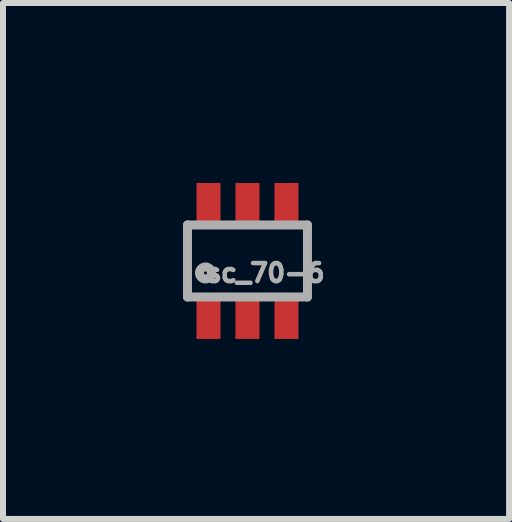
<source format=kicad_pcb>
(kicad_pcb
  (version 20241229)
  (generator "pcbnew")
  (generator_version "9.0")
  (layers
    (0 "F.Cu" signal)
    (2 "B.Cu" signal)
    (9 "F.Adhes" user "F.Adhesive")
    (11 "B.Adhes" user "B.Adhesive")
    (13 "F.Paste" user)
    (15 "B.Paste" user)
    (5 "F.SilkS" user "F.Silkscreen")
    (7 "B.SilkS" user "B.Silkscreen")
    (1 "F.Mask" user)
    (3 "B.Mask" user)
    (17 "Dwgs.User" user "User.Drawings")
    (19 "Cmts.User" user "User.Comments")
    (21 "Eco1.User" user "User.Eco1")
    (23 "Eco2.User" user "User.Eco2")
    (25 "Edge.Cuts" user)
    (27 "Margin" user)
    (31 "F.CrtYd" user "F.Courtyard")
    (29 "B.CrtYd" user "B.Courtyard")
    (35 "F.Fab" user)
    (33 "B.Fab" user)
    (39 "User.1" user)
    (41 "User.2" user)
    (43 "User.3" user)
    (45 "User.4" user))
  (footprint "sc_70-6"
    (layer "F.Cu")
    (at 1.075 1.3)
    (property "Reference" "sc_70-6" (at 0.3 0.2 0) (layer "F.Fab") (effects (font (size 0.3 0.3) (thickness 0.075))))
    (attr through_hole)
    (fp_line (start -1 -0.6) (end 1 -0.6) (stroke (width 0.15) (type solid)) (layer "F.Fab"))
    (fp_line (start -1 0.6) (end -1 -0.6) (stroke (width 0.15) (type solid)) (layer "F.Fab"))
    (fp_line (start 1 -0.6) (end 1 0.6) (stroke (width 0.15) (type solid)) (layer "F.Fab"))
    (fp_line (start 1 0.6) (end -1 0.6) (stroke (width 0.15) (type solid)) (layer "F.Fab"))
    (fp_circle (center -0.7 0.2) (end -0.7 0.3) (stroke (width 0.15) (type solid)) (fill no) (layer "F.Fab"))
    (pad "1" smd rect (at -0.65 0.95) (size 0.4 0.7) (layers "F.Cu" "F.Mask" "F.Paste"))
    (pad "2" smd rect (at 0 0.95) (size 0.4 0.7) (layers "F.Cu" "F.Mask" "F.Paste"))
    (pad "3" smd rect (at 0.65 0.95) (size 0.4 0.7) (layers "F.Cu" "F.Mask" "F.Paste"))
    (pad "4" smd rect (at 0.65 -0.95) (size 0.4 0.7) (layers "F.Cu" "F.Mask" "F.Paste"))
    (pad "5" smd rect (at 0 -0.95) (size 0.4 0.7) (layers "F.Cu" "F.Mask" "F.Paste"))
    (pad "6" smd rect (at -0.65 -0.95) (size 0.4 0.7) (layers "F.Cu" "F.Mask" "F.Paste")))
  (gr_rect
    (start -3 -3)
    (end 5.436 5.6)
    (stroke (width 0.1) (type default))
    (fill no)
    (layer "Edge.Cuts")))
</source>
